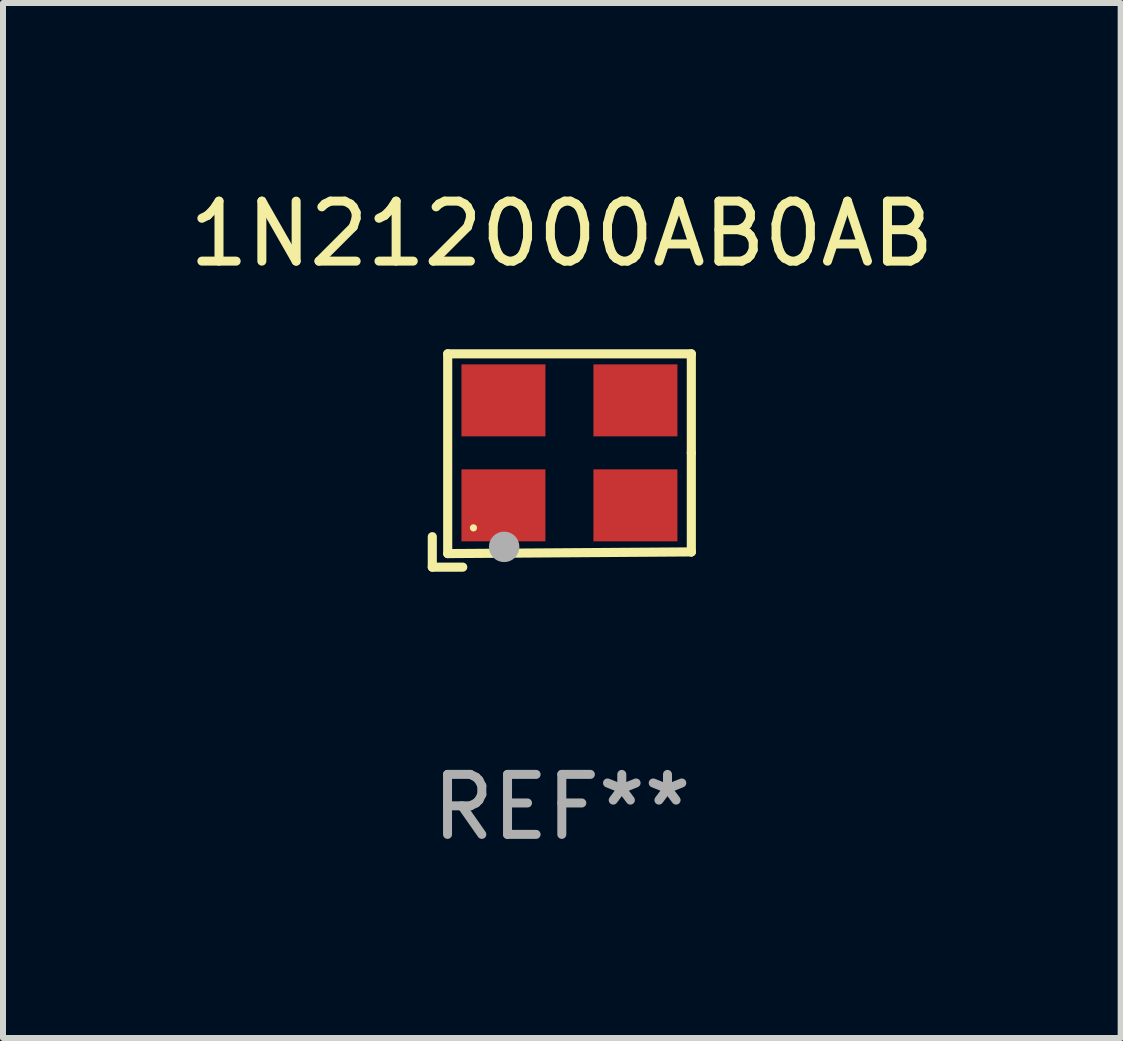
<source format=kicad_pcb>
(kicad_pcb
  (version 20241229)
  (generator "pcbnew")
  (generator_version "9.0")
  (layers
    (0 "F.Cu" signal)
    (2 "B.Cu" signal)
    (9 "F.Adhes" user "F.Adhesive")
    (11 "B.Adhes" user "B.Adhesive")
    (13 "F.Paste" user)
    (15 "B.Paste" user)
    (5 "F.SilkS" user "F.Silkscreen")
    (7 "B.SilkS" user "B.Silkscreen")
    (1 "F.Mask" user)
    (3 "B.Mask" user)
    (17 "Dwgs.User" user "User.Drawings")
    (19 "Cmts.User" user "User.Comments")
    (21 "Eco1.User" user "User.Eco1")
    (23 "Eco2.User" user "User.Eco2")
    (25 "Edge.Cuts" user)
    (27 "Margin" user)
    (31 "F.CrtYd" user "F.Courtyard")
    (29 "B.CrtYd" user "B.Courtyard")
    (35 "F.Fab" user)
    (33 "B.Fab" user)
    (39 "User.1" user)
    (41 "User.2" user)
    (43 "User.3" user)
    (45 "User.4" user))
  (footprint "1N212000AB0AB"
    (layer "F.Cu")
    (at 6.315 4.626)
    (property "Reference" "1N212000AB0AB" (at 0 -3.778 0) (layer "F.SilkS") (effects (font (size 1 1) (thickness 0.15))))
    (attr through_hole)
    (fp_line (start -2.159 1.27) (end -2.159 1.778) (stroke (width 0.152) (type solid)) (layer "F.SilkS"))
    (fp_line (start -2.159 1.778) (end -1.651 1.778) (stroke (width 0.152) (type solid)) (layer "F.SilkS"))
    (fp_line (start -1.902 -1.778) (end 2.159 -1.778) (stroke (width 0.152) (type solid)) (layer "F.SilkS"))
    (fp_line (start -1.902 1.552) (end -1.902 -1.778) (stroke (width 0.152) (type solid)) (layer "F.SilkS"))
    (fp_line (start 2.159 -1.778) (end 2.159 -0.127) (stroke (width 0.152) (type solid)) (layer "F.SilkS"))
    (fp_line (start 2.159 -0.127) (end 2.159 1.524) (stroke (width 0.152) (type solid)) (layer "F.SilkS"))
    (fp_line (start 2.159 1.524) (end -1.902 1.552) (stroke (width 0.152) (type solid)) (layer "F.SilkS"))
    (fp_line (start 2.159 1.524) (end 2.159 1.524) (stroke (width 0.152) (type solid)) (layer "F.SilkS"))
    (fp_circle (center -1.473 1.123) (end -1.443 1.123) (stroke (width 0.06) (type solid)) (fill no) (layer "F.SilkS"))
    (fp_circle (center -0.961 1.44) (end -0.834 1.44) (stroke (width 0.254) (type solid)) (fill no) (layer "F.Fab"))
    (fp_text user "REF**" (at 0 5.778 0) (layer "F.Fab") (effects (font (size 1 1) (thickness 0.15))))
    (pad "1" smd rect (at -0.973 0.748) (size 1.4 1.2) (layers "F.Cu" "F.Mask" "F.Paste"))
    (pad "2" smd rect (at 1.227 0.748) (size 1.4 1.2) (layers "F.Cu" "F.Mask" "F.Paste"))
    (pad "3" smd rect (at 1.227 -1.002) (size 1.4 1.2) (layers "F.Cu" "F.Mask" "F.Paste"))
    (pad "4" smd rect (at -0.973 -1.002) (size 1.4 1.2) (layers "F.Cu" "F.Mask" "F.Paste")))
  (gr_rect
    (start -3 -3)
    (end 15.631 14.253)
    (stroke (width 0.1) (type default))
    (fill no)
    (layer "Edge.Cuts")))
</source>
